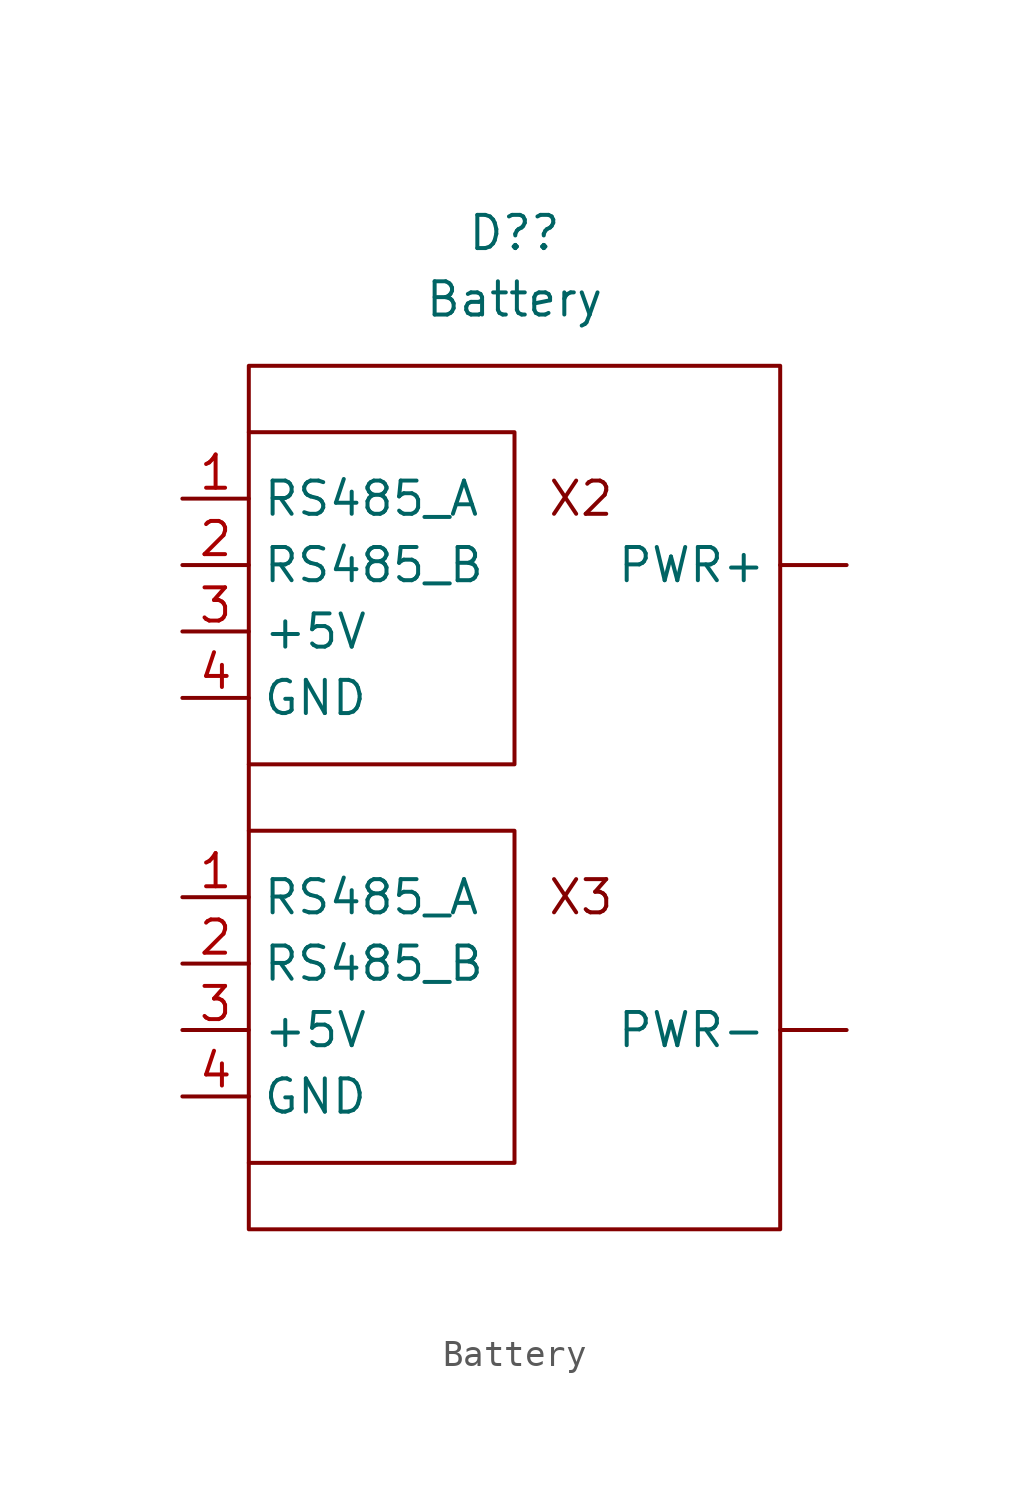
<source format=kicad_sym>
(kicad_symbol_lib
  (version 20211014)
  (generator kicad_symbol_editor)
  (symbol "Battery"
    (property "Reference" "D?"
      (at 0 5.08 0)
      (effects (font (size 1.27 1.27))))
    (property "Value" "Battery"
      (at 0 2.54 0)
      (effects (font (size 1.27 1.27))))
    (symbol "Battery_0_0"
      (rectangle (start -10.16 0) (end 10.16 -33.02) (stroke (width 0) (type default) (color 0 0 0 0)) (fill (type none)))
      (polyline (pts (xy -10.16 -17.78) (xy 0 -17.78) (xy 0 -30.48) (xy -10.16 -30.48)) (stroke (width 0) (type default) (color 0 0 0 0)) (fill (type none)))
      (polyline (pts (xy -10.16 -2.54) (xy 0 -2.54) (xy 0 -15.24) (xy -10.16 -15.24)) (stroke (width 0) (type default) (color 0 0 0 0)) (fill (type none)))
      (text "X2" (at 2.54 -5.08 0) (effects (font (size 1.27 1.27))))
      (text "X3" (at 2.54 -20.32 0) (effects (font (size 1.27 1.27)))))
    (symbol "Battery_1_1"
      (pin input line (at 12.7 -7.62 180) (length 2.54) (name "PWR+" (effects (font (size 1.27 1.27)))) (number "" (effects (font (size 1.27 1.27)))))
      (pin input line (at 12.7 -25.4 180) (length 2.54) (name "PWR-" (effects (font (size 1.27 1.27)))) (number "" (effects (font (size 1.27 1.27)))))
      (pin input line (at -12.7 -20.32 0) (length 2.54) (name "RS485_A" (effects (font (size 1.27 1.27)))) (number "1" (effects (font (size 1.27 1.27)))))
      (pin input line (at -12.7 -5.08 0) (length 2.54) (name "RS485_A" (effects (font (size 1.27 1.27)))) (number "1" (effects (font (size 1.27 1.27)))))
      (pin input line (at -12.7 -22.86 0) (length 2.54) (name "RS485_B" (effects (font (size 1.27 1.27)))) (number "2" (effects (font (size 1.27 1.27)))))
      (pin input line (at -12.7 -7.62 0) (length 2.54) (name "RS485_B" (effects (font (size 1.27 1.27)))) (number "2" (effects (font (size 1.27 1.27)))))
      (pin input line (at -12.7 -25.4 0) (length 2.54) (name "+5V" (effects (font (size 1.27 1.27)))) (number "3" (effects (font (size 1.27 1.27)))))
      (pin input line (at -12.7 -10.16 0) (length 2.54) (name "+5V" (effects (font (size 1.27 1.27)))) (number "3" (effects (font (size 1.27 1.27)))))
      (pin input line (at -12.7 -27.94 0) (length 2.54) (name "GND" (effects (font (size 1.27 1.27)))) (number "4" (effects (font (size 1.27 1.27)))))
      (pin input line (at -12.7 -12.7 0) (length 2.54) (name "GND" (effects (font (size 1.27 1.27)))) (number "4" (effects (font (size 1.27 1.27))))))))
</source>
